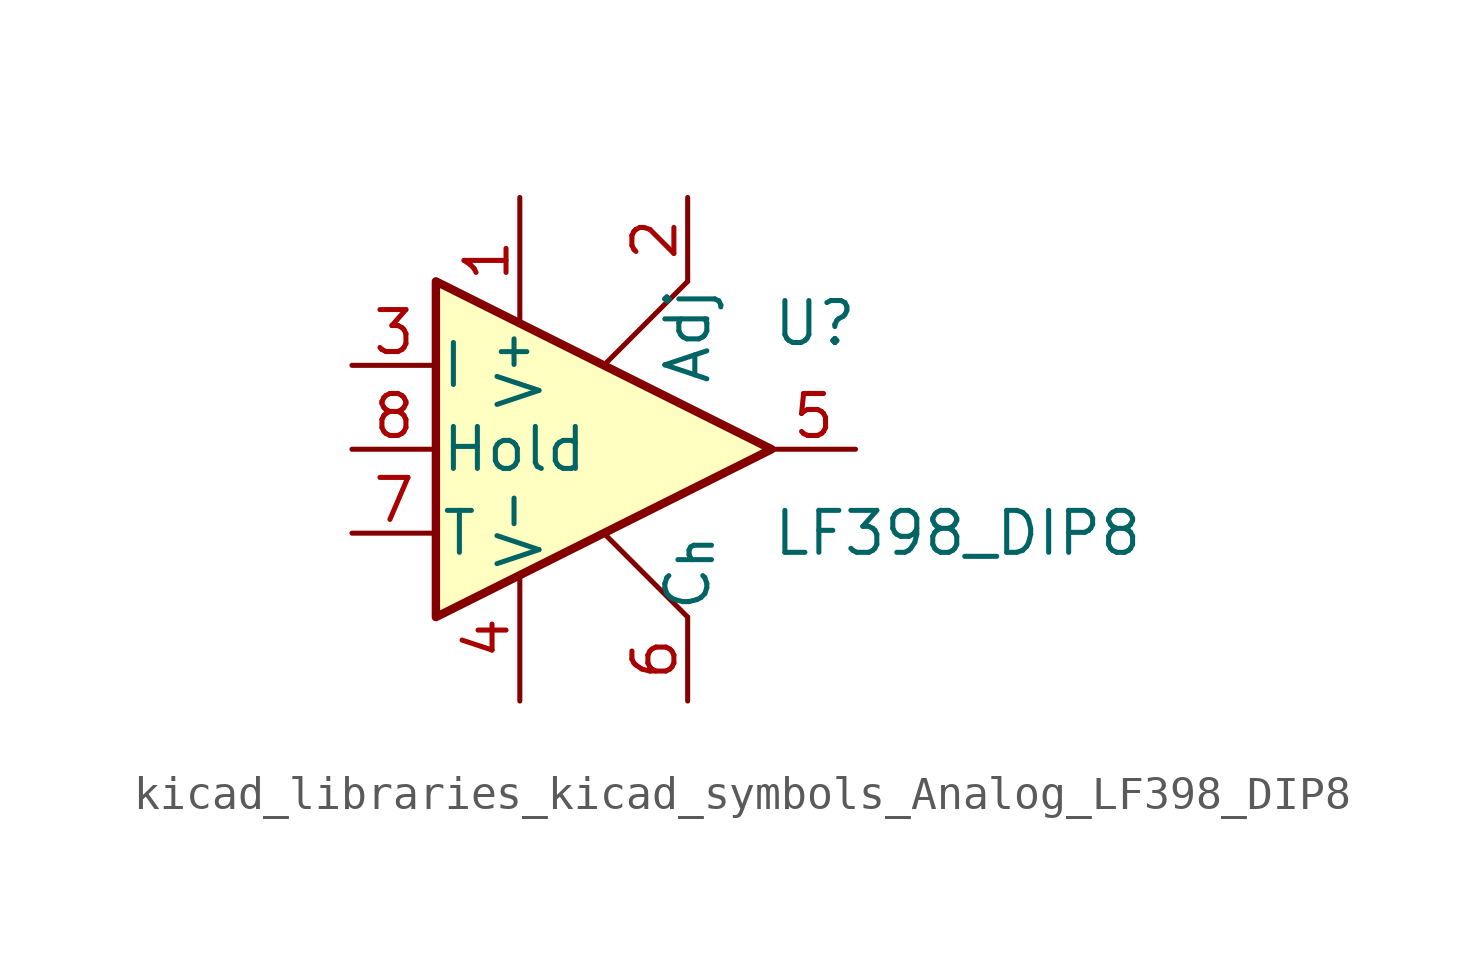
<source format=kicad_sym>
(kicad_symbol_lib
  (version 20220914)
  (generator kicad_symbol_editor)
  (symbol "kicad_libraries_kicad_symbols_Analog_LF398_DIP8"
    (pin_names
      (offset 0.127))
    (property "Reference" "U"
      (at 5.08 3.81 0)
      (effects (font (size 1.27 1.27)) (justify left)))
    (property "Value" "LF398_DIP8"
      (at 5.08 -2.54 0)
      (effects (font (size 1.27 1.27)) (justify left)))
    (symbol "kicad_libraries_kicad_symbols_Analog_LF398_DIP8_0_1"
      (polyline (pts (xy 0 -2.54) (xy 2.54 -5.08)) (stroke (width 0) (type default)) (fill (type none)))
      (polyline (pts (xy 2.54 5.08) (xy 0 2.54)) (stroke (width 0) (type default)) (fill (type none)))
      (polyline (pts (xy -5.08 5.08) (xy 5.08 0) (xy -5.08 -5.08) (xy -5.08 5.08)) (stroke (width 0.254) (type default)) (fill (type background))))
    (symbol "kicad_libraries_kicad_symbols_Analog_LF398_DIP8_1_1"
      (pin passive line (at -2.54 7.62 270) (length 3.81) (name "V^{+}" (effects (font (size 1.27 1.27)))) (number "1" (effects (font (size 1.27 1.27)))))
      (pin passive line (at 2.54 7.62 270) (length 2.54) (name "Adj" (effects (font (size 1.27 1.27)))) (number "2" (effects (font (size 1.27 1.27)))))
      (pin input line (at -7.62 2.54 0) (length 2.54) (name "I" (effects (font (size 1.27 1.27)))) (number "3" (effects (font (size 1.27 1.27)))))
      (pin passive line (at -2.54 -7.62 90) (length 3.81) (name "V^{-}" (effects (font (size 1.27 1.27)))) (number "4" (effects (font (size 1.27 1.27)))))
      (pin output line (at 7.62 0 180) (length 2.54) (name "~" (effects (font (size 1.27 1.27)))) (number "5" (effects (font (size 1.27 1.27)))))
      (pin passive line (at 2.54 -7.62 90) (length 2.54) (name "C_{h}" (effects (font (size 1.27 1.27)))) (number "6" (effects (font (size 1.27 1.27)))))
      (pin passive line (at -7.62 -2.54 0) (length 2.54) (name "T" (effects (font (size 1.27 1.27)))) (number "7" (effects (font (size 1.27 1.27)))))
      (pin input line (at -7.62 0 0) (length 2.54) (name "Hold" (effects (font (size 1.27 1.27)))) (number "8" (effects (font (size 1.27 1.27))))))))
</source>
